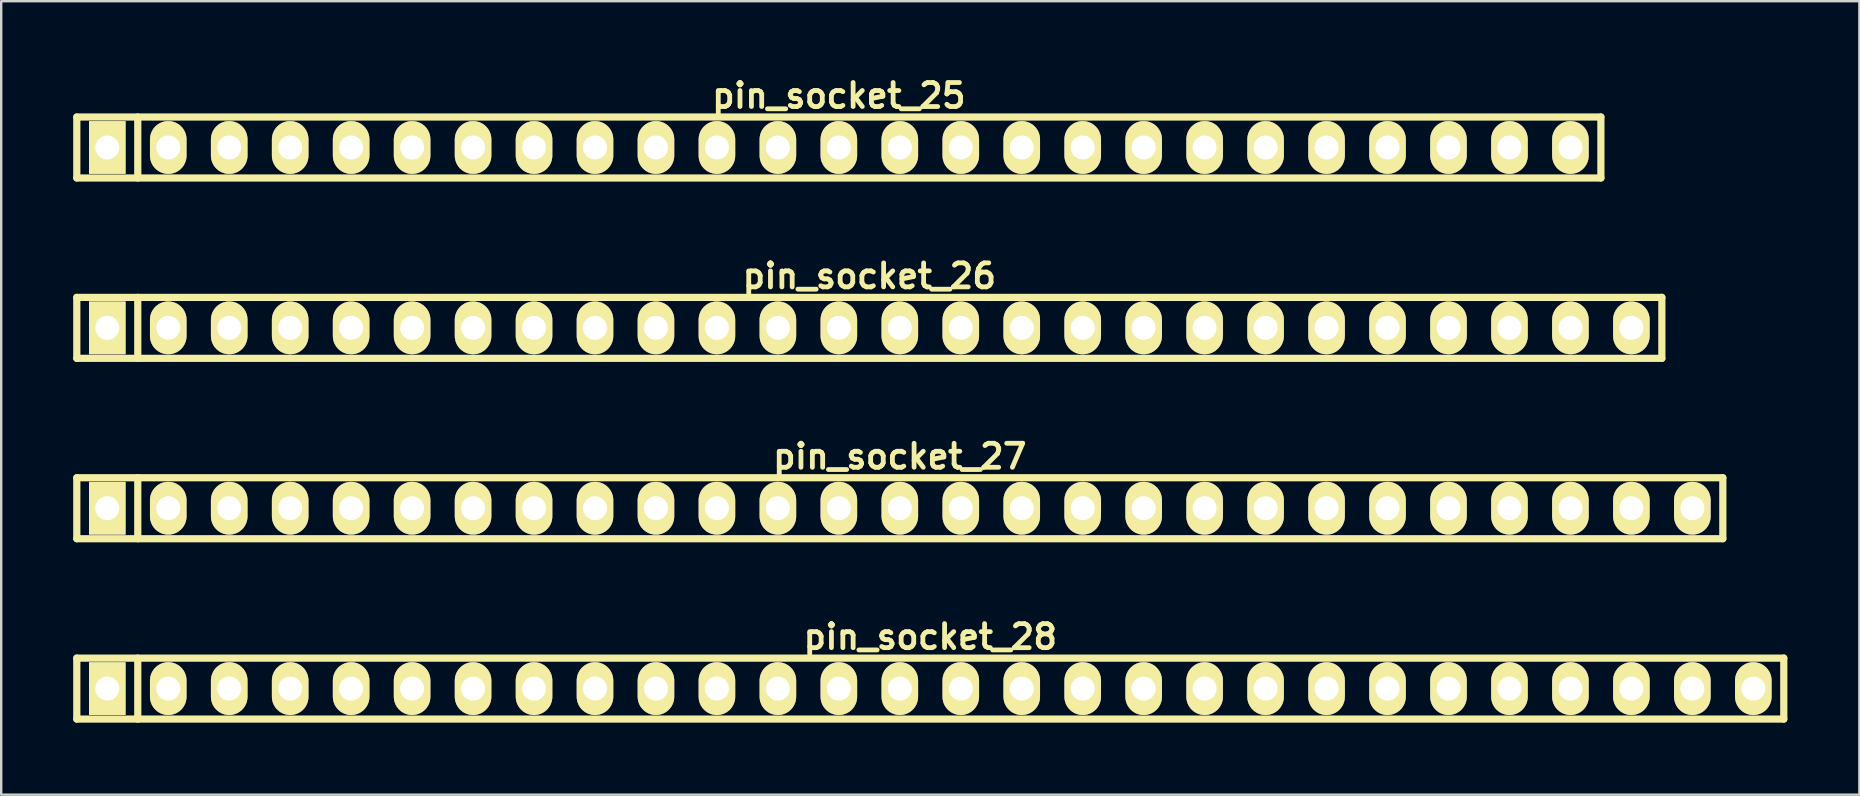
<source format=kicad_pcb>
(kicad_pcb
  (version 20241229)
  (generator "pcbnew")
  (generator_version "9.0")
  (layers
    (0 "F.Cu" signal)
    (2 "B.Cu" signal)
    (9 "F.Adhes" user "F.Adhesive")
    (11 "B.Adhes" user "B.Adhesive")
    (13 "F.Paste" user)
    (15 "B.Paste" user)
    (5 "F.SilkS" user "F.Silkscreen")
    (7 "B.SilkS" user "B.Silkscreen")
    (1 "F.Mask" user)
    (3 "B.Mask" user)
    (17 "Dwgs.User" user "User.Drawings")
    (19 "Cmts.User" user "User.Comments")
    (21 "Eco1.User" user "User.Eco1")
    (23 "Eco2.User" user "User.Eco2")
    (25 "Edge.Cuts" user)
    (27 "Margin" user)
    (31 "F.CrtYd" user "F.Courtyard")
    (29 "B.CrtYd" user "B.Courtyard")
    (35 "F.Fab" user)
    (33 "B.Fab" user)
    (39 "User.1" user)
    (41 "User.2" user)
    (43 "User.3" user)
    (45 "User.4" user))
  (footprint "pin_socket_27"
    (layer "F.Cu")
    (at 34.44 18.125)
    (property "Reference" "pin_socket_27" (at 0 -2.159 0) (layer "F.SilkS") (effects (font (size 1 1) (thickness 0.2))))
    (attr through_hole)
    (fp_line (start -34.29 -1.27) (end 34.29 -1.27) (stroke (width 0.3) (type solid)) (layer "F.SilkS"))
    (fp_line (start -34.29 1.27) (end -34.29 -1.27) (stroke (width 0.3) (type solid)) (layer "F.SilkS"))
    (fp_line (start -31.75 -1.27) (end -31.75 1.27) (stroke (width 0.3) (type solid)) (layer "F.SilkS"))
    (fp_line (start 34.29 -1.27) (end 34.29 1.27) (stroke (width 0.3) (type solid)) (layer "F.SilkS"))
    (fp_line (start 34.29 1.27) (end -34.29 1.27) (stroke (width 0.3) (type solid)) (layer "F.SilkS"))
    (pad "1" thru_hole rect (at -33.02 0) (size 1.524 2.2) (drill 1.001) (layers "*.Cu" "*.Mask" "F.SilkS"))
    (pad "2" thru_hole oval (at -30.48 0) (size 1.524 2.2) (drill 1.001) (layers "*.Cu" "*.Mask" "F.SilkS"))
    (pad "3" thru_hole oval (at -27.94 0) (size 1.524 2.2) (drill 1.001) (layers "*.Cu" "*.Mask" "F.SilkS"))
    (pad "4" thru_hole oval (at -25.4 0) (size 1.524 2.2) (drill 1.001) (layers "*.Cu" "*.Mask" "F.SilkS"))
    (pad "5" thru_hole oval (at -22.86 0) (size 1.524 2.2) (drill 1.001) (layers "*.Cu" "*.Mask" "F.SilkS"))
    (pad "6" thru_hole oval (at -20.32 0) (size 1.524 2.2) (drill 1.001) (layers "*.Cu" "*.Mask" "F.SilkS"))
    (pad "7" thru_hole oval (at -17.78 0) (size 1.524 2.2) (drill 1.001) (layers "*.Cu" "*.Mask" "F.SilkS"))
    (pad "8" thru_hole oval (at -15.24 0) (size 1.524 2.2) (drill 1.001) (layers "*.Cu" "*.Mask" "F.SilkS"))
    (pad "9" thru_hole oval (at -12.7 0) (size 1.524 2.2) (drill 1.001) (layers "*.Cu" "*.Mask" "F.SilkS"))
    (pad "10" thru_hole oval (at -10.16 0) (size 1.524 2.2) (drill 1.001) (layers "*.Cu" "*.Mask" "F.SilkS"))
    (pad "11" thru_hole oval (at -7.62 0) (size 1.524 2.2) (drill 1.001) (layers "*.Cu" "*.Mask" "F.SilkS"))
    (pad "12" thru_hole oval (at -5.08 0) (size 1.524 2.2) (drill 1.001) (layers "*.Cu" "*.Mask" "F.SilkS"))
    (pad "13" thru_hole oval (at -2.54 0) (size 1.524 2.2) (drill 1.001) (layers "*.Cu" "*.Mask" "F.SilkS"))
    (pad "14" thru_hole oval (at 0 0) (size 1.524 2.2) (drill 1.001) (layers "*.Cu" "*.Mask" "F.SilkS"))
    (pad "15" thru_hole oval (at 2.54 0) (size 1.524 2.2) (drill 1.001) (layers "*.Cu" "*.Mask" "F.SilkS"))
    (pad "16" thru_hole oval (at 5.08 0) (size 1.524 2.2) (drill 1.001) (layers "*.Cu" "*.Mask" "F.SilkS"))
    (pad "17" thru_hole oval (at 7.62 0) (size 1.524 2.2) (drill 1.001) (layers "*.Cu" "*.Mask" "F.SilkS"))
    (pad "18" thru_hole oval (at 10.16 0) (size 1.524 2.2) (drill 1.001) (layers "*.Cu" "*.Mask" "F.SilkS"))
    (pad "19" thru_hole oval (at 12.7 0) (size 1.524 2.2) (drill 1.001) (layers "*.Cu" "*.Mask" "F.SilkS"))
    (pad "20" thru_hole oval (at 15.24 0) (size 1.524 2.2) (drill 1.001) (layers "*.Cu" "*.Mask" "F.SilkS"))
    (pad "21" thru_hole oval (at 17.78 0) (size 1.524 2.2) (drill 1.001) (layers "*.Cu" "*.Mask" "F.SilkS"))
    (pad "22" thru_hole oval (at 20.32 0) (size 1.524 2.2) (drill 1.001) (layers "*.Cu" "*.Mask" "F.SilkS"))
    (pad "23" thru_hole oval (at 22.86 0) (size 1.524 2.2) (drill 1.001) (layers "*.Cu" "*.Mask" "F.SilkS"))
    (pad "24" thru_hole oval (at 25.4 0) (size 1.524 2.2) (drill 1.001) (layers "*.Cu" "*.Mask" "F.SilkS"))
    (pad "25" thru_hole oval (at 27.94 0) (size 1.524 2.2) (drill 1.001) (layers "*.Cu" "*.Mask" "F.SilkS"))
    (pad "26" thru_hole oval (at 30.48 0) (size 1.524 2.2) (drill 1.001) (layers "*.Cu" "*.Mask" "F.SilkS"))
    (pad "27" thru_hole oval (at 33.02 0) (size 1.524 2.2) (drill 1.001) (layers "*.Cu" "*.Mask" "F.SilkS")))
  (footprint "pin_socket_28"
    (layer "F.Cu")
    (at 35.71 25.64)
    (property "Reference" "pin_socket_28" (at 0 -2.159 0) (layer "F.SilkS") (effects (font (size 1 1) (thickness 0.2))))
    (attr through_hole)
    (fp_line (start -35.56 -1.27) (end 35.56 -1.27) (stroke (width 0.3) (type solid)) (layer "F.SilkS"))
    (fp_line (start -35.56 1.27) (end -35.56 -1.27) (stroke (width 0.3) (type solid)) (layer "F.SilkS"))
    (fp_line (start -33.02 -1.27) (end -33.02 1.27) (stroke (width 0.3) (type solid)) (layer "F.SilkS"))
    (fp_line (start 35.56 -1.27) (end 35.56 1.27) (stroke (width 0.3) (type solid)) (layer "F.SilkS"))
    (fp_line (start 35.56 1.27) (end -35.56 1.27) (stroke (width 0.3) (type solid)) (layer "F.SilkS"))
    (pad "1" thru_hole rect (at -34.29 0) (size 1.524 2.2) (drill 1.001) (layers "*.Cu" "*.Mask" "F.SilkS"))
    (pad "2" thru_hole oval (at -31.75 0) (size 1.524 2.2) (drill 1.001) (layers "*.Cu" "*.Mask" "F.SilkS"))
    (pad "3" thru_hole oval (at -29.21 0) (size 1.524 2.2) (drill 1.001) (layers "*.Cu" "*.Mask" "F.SilkS"))
    (pad "4" thru_hole oval (at -26.67 0) (size 1.524 2.2) (drill 1.001) (layers "*.Cu" "*.Mask" "F.SilkS"))
    (pad "5" thru_hole oval (at -24.13 0) (size 1.524 2.2) (drill 1.001) (layers "*.Cu" "*.Mask" "F.SilkS"))
    (pad "6" thru_hole oval (at -21.59 0) (size 1.524 2.2) (drill 1.001) (layers "*.Cu" "*.Mask" "F.SilkS"))
    (pad "7" thru_hole oval (at -19.05 0) (size 1.524 2.2) (drill 1.001) (layers "*.Cu" "*.Mask" "F.SilkS"))
    (pad "8" thru_hole oval (at -16.51 0) (size 1.524 2.2) (drill 1.001) (layers "*.Cu" "*.Mask" "F.SilkS"))
    (pad "9" thru_hole oval (at -13.97 0) (size 1.524 2.2) (drill 1.001) (layers "*.Cu" "*.Mask" "F.SilkS"))
    (pad "10" thru_hole oval (at -11.43 0) (size 1.524 2.2) (drill 1.001) (layers "*.Cu" "*.Mask" "F.SilkS"))
    (pad "11" thru_hole oval (at -8.89 0) (size 1.524 2.2) (drill 1.001) (layers "*.Cu" "*.Mask" "F.SilkS"))
    (pad "12" thru_hole oval (at -6.35 0) (size 1.524 2.2) (drill 1.001) (layers "*.Cu" "*.Mask" "F.SilkS"))
    (pad "13" thru_hole oval (at -3.81 0) (size 1.524 2.2) (drill 1.001) (layers "*.Cu" "*.Mask" "F.SilkS"))
    (pad "14" thru_hole oval (at -1.27 0) (size 1.524 2.2) (drill 1.001) (layers "*.Cu" "*.Mask" "F.SilkS"))
    (pad "15" thru_hole oval (at 1.27 0) (size 1.524 2.2) (drill 1.001) (layers "*.Cu" "*.Mask" "F.SilkS"))
    (pad "16" thru_hole oval (at 3.81 0) (size 1.524 2.2) (drill 1.001) (layers "*.Cu" "*.Mask" "F.SilkS"))
    (pad "17" thru_hole oval (at 6.35 0) (size 1.524 2.2) (drill 1.001) (layers "*.Cu" "*.Mask" "F.SilkS"))
    (pad "18" thru_hole oval (at 8.89 0) (size 1.524 2.2) (drill 1.001) (layers "*.Cu" "*.Mask" "F.SilkS"))
    (pad "19" thru_hole oval (at 11.43 0) (size 1.524 2.2) (drill 1.001) (layers "*.Cu" "*.Mask" "F.SilkS"))
    (pad "20" thru_hole oval (at 13.97 0) (size 1.524 2.2) (drill 1.001) (layers "*.Cu" "*.Mask" "F.SilkS"))
    (pad "21" thru_hole oval (at 16.51 0) (size 1.524 2.2) (drill 1.001) (layers "*.Cu" "*.Mask" "F.SilkS"))
    (pad "22" thru_hole oval (at 19.05 0) (size 1.524 2.2) (drill 1.001) (layers "*.Cu" "*.Mask" "F.SilkS"))
    (pad "23" thru_hole oval (at 21.59 0) (size 1.524 2.2) (drill 1.001) (layers "*.Cu" "*.Mask" "F.SilkS"))
    (pad "24" thru_hole oval (at 24.13 0) (size 1.524 2.2) (drill 1.001) (layers "*.Cu" "*.Mask" "F.SilkS"))
    (pad "25" thru_hole oval (at 26.67 0) (size 1.524 2.2) (drill 1.001) (layers "*.Cu" "*.Mask" "F.SilkS"))
    (pad "26" thru_hole oval (at 29.21 0) (size 1.524 2.2) (drill 1.001) (layers "*.Cu" "*.Mask" "F.SilkS"))
    (pad "27" thru_hole oval (at 31.75 0) (size 1.524 2.2) (drill 1.001) (layers "*.Cu" "*.Mask" "F.SilkS"))
    (pad "28" thru_hole oval (at 34.29 0) (size 1.524 2.2) (drill 1.001) (layers "*.Cu" "*.Mask" "F.SilkS")))
  (footprint "pin_socket_26"
    (layer "F.Cu")
    (at 33.17 10.61)
    (property "Reference" "pin_socket_26" (at 0 -2.159 0) (layer "F.SilkS") (effects (font (size 1 1) (thickness 0.2))))
    (attr through_hole)
    (fp_line (start -33.02 -1.27) (end 33.02 -1.27) (stroke (width 0.3) (type solid)) (layer "F.SilkS"))
    (fp_line (start -33.02 1.27) (end -33.02 -1.27) (stroke (width 0.3) (type solid)) (layer "F.SilkS"))
    (fp_line (start -30.48 -1.27) (end -30.48 1.27) (stroke (width 0.3) (type solid)) (layer "F.SilkS"))
    (fp_line (start 33.02 -1.27) (end 33.02 1.27) (stroke (width 0.3) (type solid)) (layer "F.SilkS"))
    (fp_line (start 33.02 1.27) (end -33.02 1.27) (stroke (width 0.3) (type solid)) (layer "F.SilkS"))
    (pad "1" thru_hole rect (at -31.75 0) (size 1.524 2.2) (drill 1.001) (layers "*.Cu" "*.Mask" "F.SilkS"))
    (pad "2" thru_hole oval (at -29.21 0) (size 1.524 2.2) (drill 1.001) (layers "*.Cu" "*.Mask" "F.SilkS"))
    (pad "3" thru_hole oval (at -26.67 0) (size 1.524 2.2) (drill 1.001) (layers "*.Cu" "*.Mask" "F.SilkS"))
    (pad "4" thru_hole oval (at -24.13 0) (size 1.524 2.2) (drill 1.001) (layers "*.Cu" "*.Mask" "F.SilkS"))
    (pad "5" thru_hole oval (at -21.59 0) (size 1.524 2.2) (drill 1.001) (layers "*.Cu" "*.Mask" "F.SilkS"))
    (pad "6" thru_hole oval (at -19.05 0) (size 1.524 2.2) (drill 1.001) (layers "*.Cu" "*.Mask" "F.SilkS"))
    (pad "7" thru_hole oval (at -16.51 0) (size 1.524 2.2) (drill 1.001) (layers "*.Cu" "*.Mask" "F.SilkS"))
    (pad "8" thru_hole oval (at -13.97 0) (size 1.524 2.2) (drill 1.001) (layers "*.Cu" "*.Mask" "F.SilkS"))
    (pad "9" thru_hole oval (at -11.43 0) (size 1.524 2.2) (drill 1.001) (layers "*.Cu" "*.Mask" "F.SilkS"))
    (pad "10" thru_hole oval (at -8.89 0) (size 1.524 2.2) (drill 1.001) (layers "*.Cu" "*.Mask" "F.SilkS"))
    (pad "11" thru_hole oval (at -6.35 0) (size 1.524 2.2) (drill 1.001) (layers "*.Cu" "*.Mask" "F.SilkS"))
    (pad "12" thru_hole oval (at -3.81 0) (size 1.524 2.2) (drill 1.001) (layers "*.Cu" "*.Mask" "F.SilkS"))
    (pad "13" thru_hole oval (at -1.27 0) (size 1.524 2.2) (drill 1.001) (layers "*.Cu" "*.Mask" "F.SilkS"))
    (pad "14" thru_hole oval (at 1.27 0) (size 1.524 2.2) (drill 1.001) (layers "*.Cu" "*.Mask" "F.SilkS"))
    (pad "15" thru_hole oval (at 3.81 0) (size 1.524 2.2) (drill 1.001) (layers "*.Cu" "*.Mask" "F.SilkS"))
    (pad "16" thru_hole oval (at 6.35 0) (size 1.524 2.2) (drill 1.001) (layers "*.Cu" "*.Mask" "F.SilkS"))
    (pad "17" thru_hole oval (at 8.89 0) (size 1.524 2.2) (drill 1.001) (layers "*.Cu" "*.Mask" "F.SilkS"))
    (pad "18" thru_hole oval (at 11.43 0) (size 1.524 2.2) (drill 1.001) (layers "*.Cu" "*.Mask" "F.SilkS"))
    (pad "19" thru_hole oval (at 13.97 0) (size 1.524 2.2) (drill 1.001) (layers "*.Cu" "*.Mask" "F.SilkS"))
    (pad "20" thru_hole oval (at 16.51 0) (size 1.524 2.2) (drill 1.001) (layers "*.Cu" "*.Mask" "F.SilkS"))
    (pad "21" thru_hole oval (at 19.05 0) (size 1.524 2.2) (drill 1.001) (layers "*.Cu" "*.Mask" "F.SilkS"))
    (pad "22" thru_hole oval (at 21.59 0) (size 1.524 2.2) (drill 1.001) (layers "*.Cu" "*.Mask" "F.SilkS"))
    (pad "23" thru_hole oval (at 24.13 0) (size 1.524 2.2) (drill 1.001) (layers "*.Cu" "*.Mask" "F.SilkS"))
    (pad "24" thru_hole oval (at 26.67 0) (size 1.524 2.2) (drill 1.001) (layers "*.Cu" "*.Mask" "F.SilkS"))
    (pad "25" thru_hole oval (at 29.21 0) (size 1.524 2.2) (drill 1.001) (layers "*.Cu" "*.Mask" "F.SilkS"))
    (pad "26" thru_hole oval (at 31.75 0) (size 1.524 2.2) (drill 1.001) (layers "*.Cu" "*.Mask" "F.SilkS")))
  (footprint "pin_socket_25"
    (layer "F.Cu")
    (at 31.9 3.095)
    (property "Reference" "pin_socket_25" (at 0 -2.159 0) (layer "F.SilkS") (effects (font (size 1 1) (thickness 0.2))))
    (attr through_hole)
    (fp_line (start -31.75 -1.27) (end 31.75 -1.27) (stroke (width 0.3) (type solid)) (layer "F.SilkS"))
    (fp_line (start -31.75 1.27) (end -31.75 -1.27) (stroke (width 0.3) (type solid)) (layer "F.SilkS"))
    (fp_line (start -29.21 -1.27) (end -29.21 1.27) (stroke (width 0.3) (type solid)) (layer "F.SilkS"))
    (fp_line (start 31.75 -1.27) (end 31.75 1.27) (stroke (width 0.3) (type solid)) (layer "F.SilkS"))
    (fp_line (start 31.75 1.27) (end -31.75 1.27) (stroke (width 0.3) (type solid)) (layer "F.SilkS"))
    (pad "1" thru_hole rect (at -30.48 0) (size 1.524 2.2) (drill 1.001) (layers "*.Cu" "*.Mask" "F.SilkS"))
    (pad "2" thru_hole oval (at -27.94 0) (size 1.524 2.2) (drill 1.001) (layers "*.Cu" "*.Mask" "F.SilkS"))
    (pad "3" thru_hole oval (at -25.4 0) (size 1.524 2.2) (drill 1.001) (layers "*.Cu" "*.Mask" "F.SilkS"))
    (pad "4" thru_hole oval (at -22.86 0) (size 1.524 2.2) (drill 1.001) (layers "*.Cu" "*.Mask" "F.SilkS"))
    (pad "5" thru_hole oval (at -20.32 0) (size 1.524 2.2) (drill 1.001) (layers "*.Cu" "*.Mask" "F.SilkS"))
    (pad "6" thru_hole oval (at -17.78 0) (size 1.524 2.2) (drill 1.001) (layers "*.Cu" "*.Mask" "F.SilkS"))
    (pad "7" thru_hole oval (at -15.24 0) (size 1.524 2.2) (drill 1.001) (layers "*.Cu" "*.Mask" "F.SilkS"))
    (pad "8" thru_hole oval (at -12.7 0) (size 1.524 2.2) (drill 1.001) (layers "*.Cu" "*.Mask" "F.SilkS"))
    (pad "9" thru_hole oval (at -10.16 0) (size 1.524 2.2) (drill 1.001) (layers "*.Cu" "*.Mask" "F.SilkS"))
    (pad "10" thru_hole oval (at -7.62 0) (size 1.524 2.2) (drill 1.001) (layers "*.Cu" "*.Mask" "F.SilkS"))
    (pad "11" thru_hole oval (at -5.08 0) (size 1.524 2.2) (drill 1.001) (layers "*.Cu" "*.Mask" "F.SilkS"))
    (pad "12" thru_hole oval (at -2.54 0) (size 1.524 2.2) (drill 1.001) (layers "*.Cu" "*.Mask" "F.SilkS"))
    (pad "13" thru_hole oval (at 0 0) (size 1.524 2.2) (drill 1.001) (layers "*.Cu" "*.Mask" "F.SilkS"))
    (pad "14" thru_hole oval (at 2.54 0) (size 1.524 2.2) (drill 1.001) (layers "*.Cu" "*.Mask" "F.SilkS"))
    (pad "15" thru_hole oval (at 5.08 0) (size 1.524 2.2) (drill 1.001) (layers "*.Cu" "*.Mask" "F.SilkS"))
    (pad "16" thru_hole oval (at 7.62 0) (size 1.524 2.2) (drill 1.001) (layers "*.Cu" "*.Mask" "F.SilkS"))
    (pad "17" thru_hole oval (at 10.16 0) (size 1.524 2.2) (drill 1.001) (layers "*.Cu" "*.Mask" "F.SilkS"))
    (pad "18" thru_hole oval (at 12.7 0) (size 1.524 2.2) (drill 1.001) (layers "*.Cu" "*.Mask" "F.SilkS"))
    (pad "19" thru_hole oval (at 15.24 0) (size 1.524 2.2) (drill 1.001) (layers "*.Cu" "*.Mask" "F.SilkS"))
    (pad "20" thru_hole oval (at 17.78 0) (size 1.524 2.2) (drill 1.001) (layers "*.Cu" "*.Mask" "F.SilkS"))
    (pad "21" thru_hole oval (at 20.32 0) (size 1.524 2.2) (drill 1.001) (layers "*.Cu" "*.Mask" "F.SilkS"))
    (pad "22" thru_hole oval (at 22.86 0) (size 1.524 2.2) (drill 1.001) (layers "*.Cu" "*.Mask" "F.SilkS"))
    (pad "23" thru_hole oval (at 25.4 0) (size 1.524 2.2) (drill 1.001) (layers "*.Cu" "*.Mask" "F.SilkS"))
    (pad "24" thru_hole oval (at 27.94 0) (size 1.524 2.2) (drill 1.001) (layers "*.Cu" "*.Mask" "F.SilkS"))
    (pad "25" thru_hole oval (at 30.48 0) (size 1.524 2.2) (drill 1.001) (layers "*.Cu" "*.Mask" "F.SilkS")))
  (gr_rect
    (start -3 -3)
    (end 74.42 30.06)
    (stroke (width 0.1) (type default))
    (fill no)
    (layer "Edge.Cuts")))
</source>
